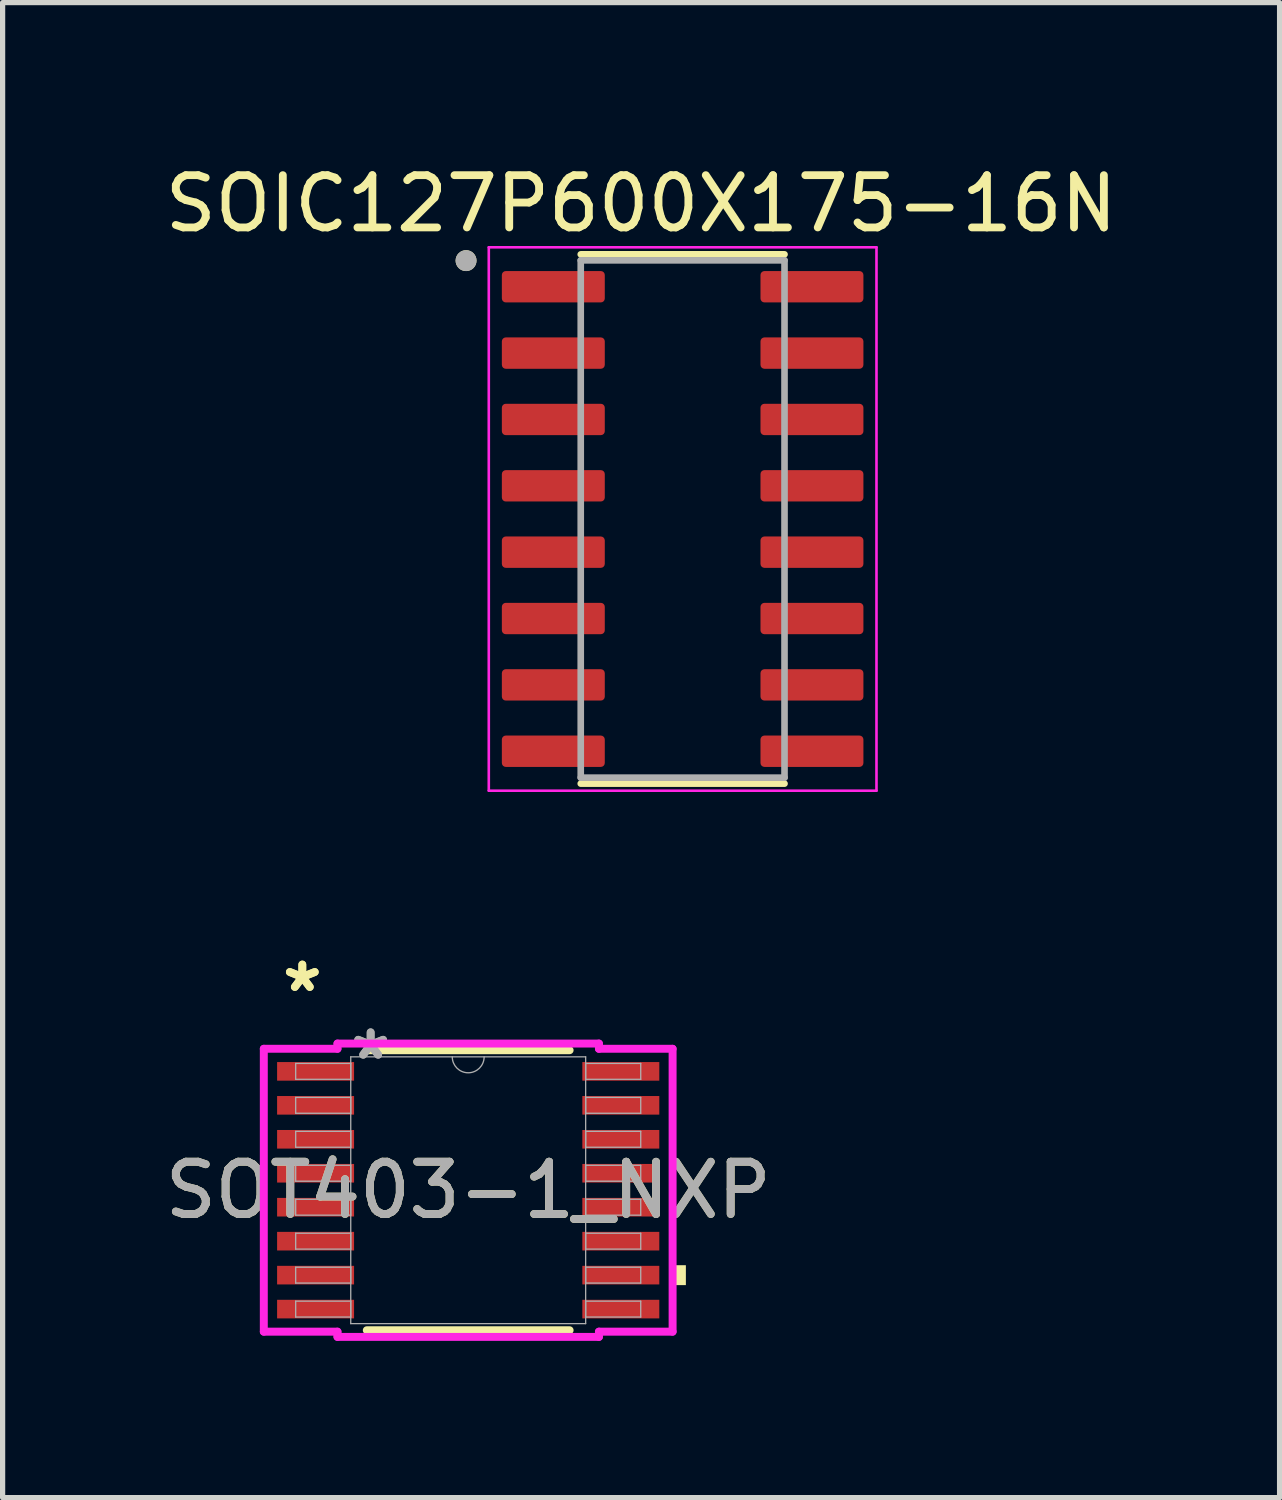
<source format=kicad_pcb>
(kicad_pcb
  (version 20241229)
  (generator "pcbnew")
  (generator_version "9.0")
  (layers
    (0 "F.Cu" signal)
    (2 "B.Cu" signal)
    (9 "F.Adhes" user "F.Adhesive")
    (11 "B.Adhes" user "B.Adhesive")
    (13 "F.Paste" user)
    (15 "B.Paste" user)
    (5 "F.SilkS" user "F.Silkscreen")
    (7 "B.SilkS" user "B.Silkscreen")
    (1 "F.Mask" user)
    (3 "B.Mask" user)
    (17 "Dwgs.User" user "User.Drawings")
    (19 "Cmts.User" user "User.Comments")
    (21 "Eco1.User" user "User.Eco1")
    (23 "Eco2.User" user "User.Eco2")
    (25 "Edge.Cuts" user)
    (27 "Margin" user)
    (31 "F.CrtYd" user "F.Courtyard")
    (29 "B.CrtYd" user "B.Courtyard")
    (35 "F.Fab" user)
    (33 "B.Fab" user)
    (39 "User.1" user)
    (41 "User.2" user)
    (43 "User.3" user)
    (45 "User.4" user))
  (footprint "SOT403-1_NXP"
    (layer "F.Cu")
    (at 5.911 19.73)
    (property "Reference" "SOT403-1_NXP" (at 0 0 0) (unlocked yes) (layer "F.SilkS") (effects (font (size 1 1) (thickness 0.15))))
    (attr smd)
    (fp_line (start -1.941 2.68) (end 1.941 2.68) (stroke (width 0.152) (type solid)) (layer "F.SilkS"))
    (fp_line (start 1.941 -2.68) (end -1.941 -2.68) (stroke (width 0.152) (type solid)) (layer "F.SilkS"))
    (fp_poly (pts (xy 4.166 1.435) (xy 4.166 1.816) (xy 3.912 1.816) (xy 3.912 1.435)) (stroke (width 0) (type solid)) (fill yes) (layer "F.SilkS"))
    (fp_line (start -3.912 -2.707) (end -2.502 -2.707) (stroke (width 0.152) (type solid)) (layer "F.CrtYd"))
    (fp_line (start -3.912 2.707) (end -3.912 -2.707) (stroke (width 0.152) (type solid)) (layer "F.CrtYd"))
    (fp_line (start -3.912 2.707) (end -2.502 2.707) (stroke (width 0.152) (type solid)) (layer "F.CrtYd"))
    (fp_line (start -2.502 -2.807) (end 2.502 -2.807) (stroke (width 0.152) (type solid)) (layer "F.CrtYd"))
    (fp_line (start -2.502 -2.707) (end -2.502 -2.807) (stroke (width 0.152) (type solid)) (layer "F.CrtYd"))
    (fp_line (start -2.502 2.807) (end -2.502 2.707) (stroke (width 0.152) (type solid)) (layer "F.CrtYd"))
    (fp_line (start 2.502 -2.807) (end 2.502 -2.707) (stroke (width 0.152) (type solid)) (layer "F.CrtYd"))
    (fp_line (start 2.502 2.707) (end 2.502 2.807) (stroke (width 0.152) (type solid)) (layer "F.CrtYd"))
    (fp_line (start 2.502 2.807) (end -2.502 2.807) (stroke (width 0.152) (type solid)) (layer "F.CrtYd"))
    (fp_line (start 3.912 -2.707) (end 2.502 -2.707) (stroke (width 0.152) (type solid)) (layer "F.CrtYd"))
    (fp_line (start 3.912 -2.707) (end 3.912 2.707) (stroke (width 0.152) (type solid)) (layer "F.CrtYd"))
    (fp_line (start 3.912 2.707) (end 2.502 2.707) (stroke (width 0.152) (type solid)) (layer "F.CrtYd"))
    (fp_line (start -3.302 -2.427) (end -3.302 -2.123) (stroke (width 0.025) (type solid)) (layer "F.Fab"))
    (fp_line (start -3.302 -2.123) (end -2.248 -2.123) (stroke (width 0.025) (type solid)) (layer "F.Fab"))
    (fp_line (start -3.302 -1.777) (end -3.302 -1.473) (stroke (width 0.025) (type solid)) (layer "F.Fab"))
    (fp_line (start -3.302 -1.473) (end -2.248 -1.473) (stroke (width 0.025) (type solid)) (layer "F.Fab"))
    (fp_line (start -3.302 -1.127) (end -3.302 -0.823) (stroke (width 0.025) (type solid)) (layer "F.Fab"))
    (fp_line (start -3.302 -0.823) (end -2.248 -0.823) (stroke (width 0.025) (type solid)) (layer "F.Fab"))
    (fp_line (start -3.302 -0.477) (end -3.302 -0.173) (stroke (width 0.025) (type solid)) (layer "F.Fab"))
    (fp_line (start -3.302 -0.173) (end -2.248 -0.173) (stroke (width 0.025) (type solid)) (layer "F.Fab"))
    (fp_line (start -3.302 0.173) (end -3.302 0.477) (stroke (width 0.025) (type solid)) (layer "F.Fab"))
    (fp_line (start -3.302 0.477) (end -2.248 0.477) (stroke (width 0.025) (type solid)) (layer "F.Fab"))
    (fp_line (start -3.302 0.823) (end -3.302 1.127) (stroke (width 0.025) (type solid)) (layer "F.Fab"))
    (fp_line (start -3.302 1.127) (end -2.248 1.127) (stroke (width 0.025) (type solid)) (layer "F.Fab"))
    (fp_line (start -3.302 1.473) (end -3.302 1.777) (stroke (width 0.025) (type solid)) (layer "F.Fab"))
    (fp_line (start -3.302 1.777) (end -2.248 1.777) (stroke (width 0.025) (type solid)) (layer "F.Fab"))
    (fp_line (start -3.302 2.123) (end -3.302 2.427) (stroke (width 0.025) (type solid)) (layer "F.Fab"))
    (fp_line (start -3.302 2.427) (end -2.248 2.427) (stroke (width 0.025) (type solid)) (layer "F.Fab"))
    (fp_line (start -2.248 -2.553) (end -2.248 2.553) (stroke (width 0.025) (type solid)) (layer "F.Fab"))
    (fp_line (start -2.248 -2.427) (end -3.302 -2.427) (stroke (width 0.025) (type solid)) (layer "F.Fab"))
    (fp_line (start -2.248 -2.123) (end -2.248 -2.427) (stroke (width 0.025) (type solid)) (layer "F.Fab"))
    (fp_line (start -2.248 -1.777) (end -3.302 -1.777) (stroke (width 0.025) (type solid)) (layer "F.Fab"))
    (fp_line (start -2.248 -1.473) (end -2.248 -1.777) (stroke (width 0.025) (type solid)) (layer "F.Fab"))
    (fp_line (start -2.248 -1.127) (end -3.302 -1.127) (stroke (width 0.025) (type solid)) (layer "F.Fab"))
    (fp_line (start -2.248 -0.823) (end -2.248 -1.127) (stroke (width 0.025) (type solid)) (layer "F.Fab"))
    (fp_line (start -2.248 -0.477) (end -3.302 -0.477) (stroke (width 0.025) (type solid)) (layer "F.Fab"))
    (fp_line (start -2.248 -0.173) (end -2.248 -0.477) (stroke (width 0.025) (type solid)) (layer "F.Fab"))
    (fp_line (start -2.248 0.173) (end -3.302 0.173) (stroke (width 0.025) (type solid)) (layer "F.Fab"))
    (fp_line (start -2.248 0.477) (end -2.248 0.173) (stroke (width 0.025) (type solid)) (layer "F.Fab"))
    (fp_line (start -2.248 0.823) (end -3.302 0.823) (stroke (width 0.025) (type solid)) (layer "F.Fab"))
    (fp_line (start -2.248 1.127) (end -2.248 0.823) (stroke (width 0.025) (type solid)) (layer "F.Fab"))
    (fp_line (start -2.248 1.473) (end -3.302 1.473) (stroke (width 0.025) (type solid)) (layer "F.Fab"))
    (fp_line (start -2.248 1.777) (end -2.248 1.473) (stroke (width 0.025) (type solid)) (layer "F.Fab"))
    (fp_line (start -2.248 2.123) (end -3.302 2.123) (stroke (width 0.025) (type solid)) (layer "F.Fab"))
    (fp_line (start -2.248 2.427) (end -2.248 2.123) (stroke (width 0.025) (type solid)) (layer "F.Fab"))
    (fp_line (start -2.248 2.553) (end 2.248 2.553) (stroke (width 0.025) (type solid)) (layer "F.Fab"))
    (fp_line (start 2.248 -2.553) (end -2.248 -2.553) (stroke (width 0.025) (type solid)) (layer "F.Fab"))
    (fp_line (start 2.248 -2.427) (end 2.248 -2.123) (stroke (width 0.025) (type solid)) (layer "F.Fab"))
    (fp_line (start 2.248 -2.123) (end 3.302 -2.123) (stroke (width 0.025) (type solid)) (layer "F.Fab"))
    (fp_line (start 2.248 -1.777) (end 2.248 -1.473) (stroke (width 0.025) (type solid)) (layer "F.Fab"))
    (fp_line (start 2.248 -1.473) (end 3.302 -1.473) (stroke (width 0.025) (type solid)) (layer "F.Fab"))
    (fp_line (start 2.248 -1.127) (end 2.248 -0.823) (stroke (width 0.025) (type solid)) (layer "F.Fab"))
    (fp_line (start 2.248 -0.823) (end 3.302 -0.823) (stroke (width 0.025) (type solid)) (layer "F.Fab"))
    (fp_line (start 2.248 -0.477) (end 2.248 -0.173) (stroke (width 0.025) (type solid)) (layer "F.Fab"))
    (fp_line (start 2.248 -0.173) (end 3.302 -0.173) (stroke (width 0.025) (type solid)) (layer "F.Fab"))
    (fp_line (start 2.248 0.173) (end 2.248 0.477) (stroke (width 0.025) (type solid)) (layer "F.Fab"))
    (fp_line (start 2.248 0.477) (end 3.302 0.477) (stroke (width 0.025) (type solid)) (layer "F.Fab"))
    (fp_line (start 2.248 0.823) (end 2.248 1.127) (stroke (width 0.025) (type solid)) (layer "F.Fab"))
    (fp_line (start 2.248 1.127) (end 3.302 1.127) (stroke (width 0.025) (type solid)) (layer "F.Fab"))
    (fp_line (start 2.248 1.473) (end 2.248 1.777) (stroke (width 0.025) (type solid)) (layer "F.Fab"))
    (fp_line (start 2.248 1.777) (end 3.302 1.777) (stroke (width 0.025) (type solid)) (layer "F.Fab"))
    (fp_line (start 2.248 2.123) (end 2.248 2.427) (stroke (width 0.025) (type solid)) (layer "F.Fab"))
    (fp_line (start 2.248 2.427) (end 3.302 2.427) (stroke (width 0.025) (type solid)) (layer "F.Fab"))
    (fp_line (start 2.248 2.553) (end 2.248 -2.553) (stroke (width 0.025) (type solid)) (layer "F.Fab"))
    (fp_line (start 3.302 -2.427) (end 2.248 -2.427) (stroke (width 0.025) (type solid)) (layer "F.Fab"))
    (fp_line (start 3.302 -2.123) (end 3.302 -2.427) (stroke (width 0.025) (type solid)) (layer "F.Fab"))
    (fp_line (start 3.302 -1.777) (end 2.248 -1.777) (stroke (width 0.025) (type solid)) (layer "F.Fab"))
    (fp_line (start 3.302 -1.473) (end 3.302 -1.777) (stroke (width 0.025) (type solid)) (layer "F.Fab"))
    (fp_line (start 3.302 -1.127) (end 2.248 -1.127) (stroke (width 0.025) (type solid)) (layer "F.Fab"))
    (fp_line (start 3.302 -0.823) (end 3.302 -1.127) (stroke (width 0.025) (type solid)) (layer "F.Fab"))
    (fp_line (start 3.302 -0.477) (end 2.248 -0.477) (stroke (width 0.025) (type solid)) (layer "F.Fab"))
    (fp_line (start 3.302 -0.173) (end 3.302 -0.477) (stroke (width 0.025) (type solid)) (layer "F.Fab"))
    (fp_line (start 3.302 0.173) (end 2.248 0.173) (stroke (width 0.025) (type solid)) (layer "F.Fab"))
    (fp_line (start 3.302 0.477) (end 3.302 0.173) (stroke (width 0.025) (type solid)) (layer "F.Fab"))
    (fp_line (start 3.302 0.823) (end 2.248 0.823) (stroke (width 0.025) (type solid)) (layer "F.Fab"))
    (fp_line (start 3.302 1.127) (end 3.302 0.823) (stroke (width 0.025) (type solid)) (layer "F.Fab"))
    (fp_line (start 3.302 1.473) (end 2.248 1.473) (stroke (width 0.025) (type solid)) (layer "F.Fab"))
    (fp_line (start 3.302 1.777) (end 3.302 1.473) (stroke (width 0.025) (type solid)) (layer "F.Fab"))
    (fp_line (start 3.302 2.123) (end 2.248 2.123) (stroke (width 0.025) (type solid)) (layer "F.Fab"))
    (fp_line (start 3.302 2.427) (end 3.302 2.123) (stroke (width 0.025) (type solid)) (layer "F.Fab"))
    (fp_arc (start 0.3048 -2.5527) (mid 0 -2.2479) (end -0.3048 -2.5527) (stroke (width 0.0254) (type solid)) (layer "F.Fab"))
    (fp_text user "*" (at -3.175 -3.774 0) (layer "F.SilkS") (effects (font (size 1 1) (thickness 0.15))))
    (fp_text user "*" (at -3.175 -3.774 0) (unlocked yes) (layer "F.SilkS") (effects (font (size 1 1) (thickness 0.15))))
    (fp_text user "*" (at -1.867 -2.477 0) (unlocked yes) (layer "F.Fab") (effects (font (size 1 1) (thickness 0.15))))
    (fp_text user "${REFERENCE}" (at 0 0 0) (unlocked yes) (layer "F.Fab") (effects (font (size 1 1) (thickness 0.15))))
    (fp_text user "*" (at -1.867 -2.477 0) (layer "F.Fab") (effects (font (size 1 1) (thickness 0.15))))
    (pad "1" smd rect (at -2.921 -2.275) (size 1.473 0.356) (layers "F.Cu" "F.Mask" "F.Paste"))
    (pad "2" smd rect (at -2.921 -1.625) (size 1.473 0.356) (layers "F.Cu" "F.Mask" "F.Paste"))
    (pad "3" smd rect (at -2.921 -0.975) (size 1.473 0.356) (layers "F.Cu" "F.Mask" "F.Paste"))
    (pad "4" smd rect (at -2.921 -0.325) (size 1.473 0.356) (layers "F.Cu" "F.Mask" "F.Paste"))
    (pad "5" smd rect (at -2.921 0.325) (size 1.473 0.356) (layers "F.Cu" "F.Mask" "F.Paste"))
    (pad "6" smd rect (at -2.921 0.975) (size 1.473 0.356) (layers "F.Cu" "F.Mask" "F.Paste"))
    (pad "7" smd rect (at -2.921 1.625) (size 1.473 0.356) (layers "F.Cu" "F.Mask" "F.Paste"))
    (pad "8" smd rect (at -2.921 2.275) (size 1.473 0.356) (layers "F.Cu" "F.Mask" "F.Paste"))
    (pad "9" smd rect (at 2.921 2.275) (size 1.473 0.356) (layers "F.Cu" "F.Mask" "F.Paste"))
    (pad "10" smd rect (at 2.921 1.625) (size 1.473 0.356) (layers "F.Cu" "F.Mask" "F.Paste"))
    (pad "11" smd rect (at 2.921 0.975) (size 1.473 0.356) (layers "F.Cu" "F.Mask" "F.Paste"))
    (pad "12" smd rect (at 2.921 0.325) (size 1.473 0.356) (layers "F.Cu" "F.Mask" "F.Paste"))
    (pad "13" smd rect (at 2.921 -0.325) (size 1.473 0.356) (layers "F.Cu" "F.Mask" "F.Paste"))
    (pad "14" smd rect (at 2.921 -0.975) (size 1.473 0.356) (layers "F.Cu" "F.Mask" "F.Paste"))
    (pad "15" smd rect (at 2.921 -1.625) (size 1.473 0.356) (layers "F.Cu" "F.Mask" "F.Paste"))
    (pad "16" smd rect (at 2.921 -2.275) (size 1.473 0.356) (layers "F.Cu" "F.Mask" "F.Paste")))
  (footprint "SOIC127P600X175-16N"
    (layer "F.Cu")
    (at 10.015 6.883)
    (property "Reference" "SOIC127P600X175-16N" (at -0.795 -6.035 0) (layer "F.SilkS") (effects (font (size 1 1) (thickness 0.15))))
    (attr smd)
    (fp_line (start -1.95 -5.065) (end 1.95 -5.065) (stroke (width 0.127) (type solid)) (layer "F.SilkS"))
    (fp_line (start -1.95 5.065) (end 1.95 5.065) (stroke (width 0.127) (type solid)) (layer "F.SilkS"))
    (fp_circle (center -4.145 -4.945) (end -4.045 -4.945) (stroke (width 0.2) (type solid)) (fill no) (layer "F.SilkS"))
    (fp_line (start -3.71 -5.2) (end -3.71 5.2) (stroke (width 0.05) (type solid)) (layer "F.CrtYd"))
    (fp_line (start -3.71 -5.2) (end 3.71 -5.2) (stroke (width 0.05) (type solid)) (layer "F.CrtYd"))
    (fp_line (start -3.71 5.2) (end 3.71 5.2) (stroke (width 0.05) (type solid)) (layer "F.CrtYd"))
    (fp_line (start 3.71 -5.2) (end 3.71 5.2) (stroke (width 0.05) (type solid)) (layer "F.CrtYd"))
    (fp_line (start -1.95 -4.95) (end -1.95 4.95) (stroke (width 0.127) (type solid)) (layer "F.Fab"))
    (fp_line (start -1.95 -4.95) (end 1.95 -4.95) (stroke (width 0.127) (type solid)) (layer "F.Fab"))
    (fp_line (start -1.95 4.95) (end 1.95 4.95) (stroke (width 0.127) (type solid)) (layer "F.Fab"))
    (fp_line (start 1.95 -4.95) (end 1.95 4.95) (stroke (width 0.127) (type solid)) (layer "F.Fab"))
    (fp_circle (center -4.145 -4.945) (end -4.045 -4.945) (stroke (width 0.2) (type solid)) (fill no) (layer "F.Fab"))
    (pad "1" smd roundrect (at -2.475 -4.445) (size 1.97 0.6) (layers "F.Cu" "F.Mask" "F.Paste") (roundrect_rratio 0.125))
    (pad "2" smd roundrect (at -2.475 -3.175) (size 1.97 0.6) (layers "F.Cu" "F.Mask" "F.Paste") (roundrect_rratio 0.125))
    (pad "3" smd roundrect (at -2.475 -1.905) (size 1.97 0.6) (layers "F.Cu" "F.Mask" "F.Paste") (roundrect_rratio 0.125))
    (pad "4" smd roundrect (at -2.475 -0.635) (size 1.97 0.6) (layers "F.Cu" "F.Mask" "F.Paste") (roundrect_rratio 0.125))
    (pad "5" smd roundrect (at -2.475 0.635) (size 1.97 0.6) (layers "F.Cu" "F.Mask" "F.Paste") (roundrect_rratio 0.125))
    (pad "6" smd roundrect (at -2.475 1.905) (size 1.97 0.6) (layers "F.Cu" "F.Mask" "F.Paste") (roundrect_rratio 0.125))
    (pad "7" smd roundrect (at -2.475 3.175) (size 1.97 0.6) (layers "F.Cu" "F.Mask" "F.Paste") (roundrect_rratio 0.125))
    (pad "8" smd roundrect (at -2.475 4.445) (size 1.97 0.6) (layers "F.Cu" "F.Mask" "F.Paste") (roundrect_rratio 0.125))
    (pad "9" smd roundrect (at 2.475 4.445) (size 1.97 0.6) (layers "F.Cu" "F.Mask" "F.Paste") (roundrect_rratio 0.125))
    (pad "10" smd roundrect (at 2.475 3.175) (size 1.97 0.6) (layers "F.Cu" "F.Mask" "F.Paste") (roundrect_rratio 0.125))
    (pad "11" smd roundrect (at 2.475 1.905) (size 1.97 0.6) (layers "F.Cu" "F.Mask" "F.Paste") (roundrect_rratio 0.125))
    (pad "12" smd roundrect (at 2.475 0.635) (size 1.97 0.6) (layers "F.Cu" "F.Mask" "F.Paste") (roundrect_rratio 0.125))
    (pad "13" smd roundrect (at 2.475 -0.635) (size 1.97 0.6) (layers "F.Cu" "F.Mask" "F.Paste") (roundrect_rratio 0.125))
    (pad "14" smd roundrect (at 2.475 -1.905) (size 1.97 0.6) (layers "F.Cu" "F.Mask" "F.Paste") (roundrect_rratio 0.125))
    (pad "15" smd roundrect (at 2.475 -3.175) (size 1.97 0.6) (layers "F.Cu" "F.Mask" "F.Paste") (roundrect_rratio 0.125))
    (pad "16" smd roundrect (at 2.475 -4.445) (size 1.97 0.6) (layers "F.Cu" "F.Mask" "F.Paste") (roundrect_rratio 0.125)))
  (gr_rect
    (start -3 -3)
    (end 21.44 25.613)
    (stroke (width 0.1) (type default))
    (fill no)
    (layer "Edge.Cuts")))
</source>
